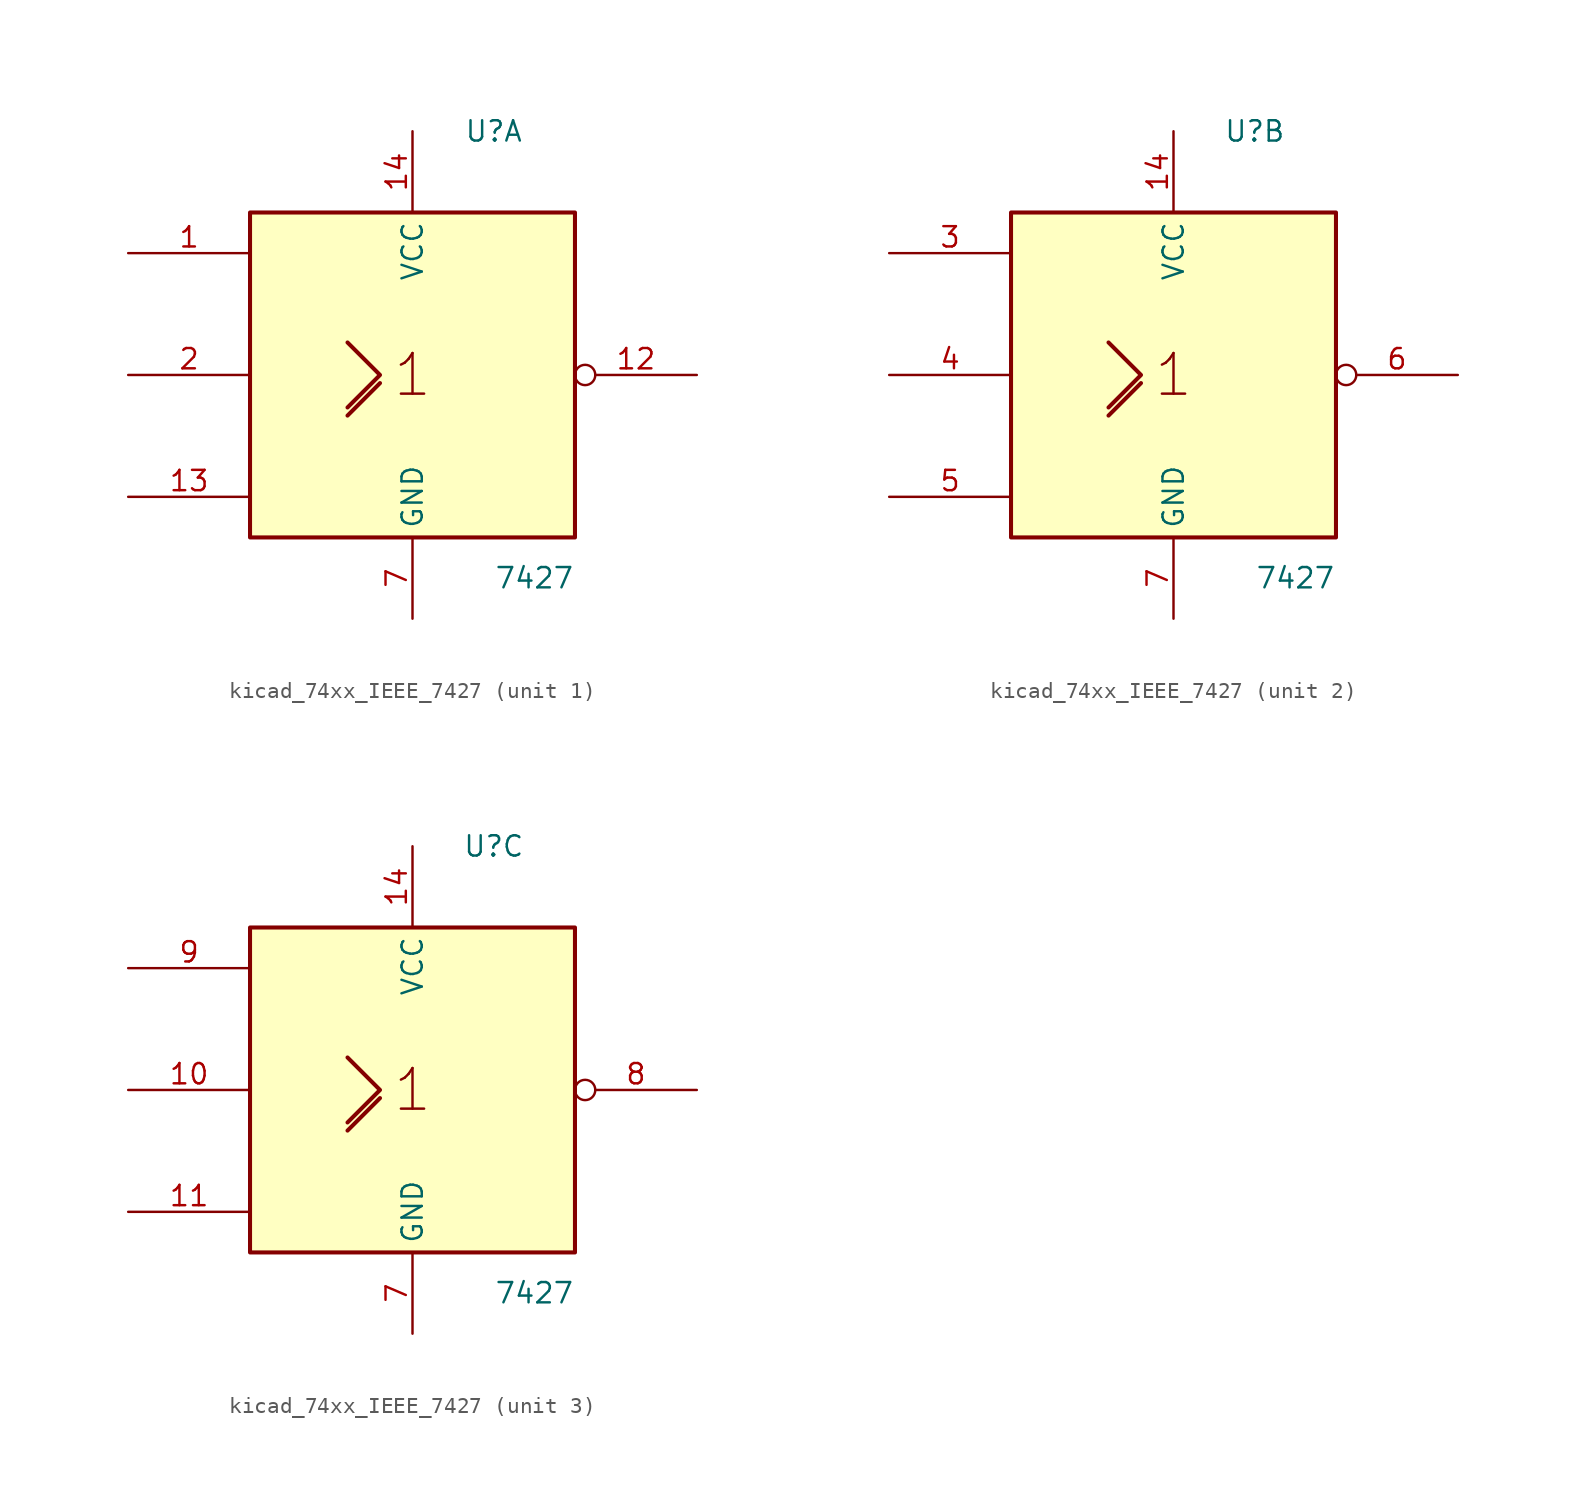
<source format=kicad_sym>
(kicad_symbol_lib
  (version 20220914)
  (generator kicad_symbol_editor)
  (symbol "kicad_74xx_IEEE_7427"
    (property "Reference" "U"
      (at 5.08 15.24 0)
      (effects (font (size 1.27 1.27))))
    (property "Value" "7427"
      (at 7.62 -12.7 0)
      (effects (font (size 1.27 1.27))))
    (symbol "kicad_74xx_IEEE_7427_0_0"
      (polyline (pts (xy -4.064 -2.54) (xy -2.032 -0.508) (xy -2.032 -0.508)) (stroke (width 0.254) (type default)) (fill (type background)))
      (polyline (pts (xy -4.064 2.032) (xy -2.032 0) (xy -4.064 -2.032) (xy -4.064 -2.032)) (stroke (width 0.254) (type default)) (fill (type background)))
      (text "1" (at 0 0 0) (effects (font (size 2.54 2.54)))))
    (symbol "kicad_74xx_IEEE_7427_0_1"
      (rectangle (start -10.16 10.16) (end 10.16 -10.16) (stroke (width 0.254) (type default)) (fill (type background)))
      (pin power_in line (at 0 15.24 270) (length 5.08) (name "VCC" (effects (font (size 1.27 1.27)))) (number "14" (effects (font (size 1.27 1.27)))))
      (pin power_in line (at 0 -15.24 90) (length 5.08) (name "GND" (effects (font (size 1.27 1.27)))) (number "7" (effects (font (size 1.27 1.27))))))
    (symbol "kicad_74xx_IEEE_7427_1_1"
      (pin input line (at -17.78 7.62 0) (length 7.62) (name "~" (effects (font (size 1.27 1.27)))) (number "1" (effects (font (size 1.27 1.27)))))
      (pin output inverted (at 17.78 0 180) (length 7.62) (name "~" (effects (font (size 1.27 1.27)))) (number "12" (effects (font (size 1.27 1.27)))))
      (pin input line (at -17.78 -7.62 0) (length 7.62) (name "~" (effects (font (size 1.27 1.27)))) (number "13" (effects (font (size 1.27 1.27)))))
      (pin input line (at -17.78 0 0) (length 7.62) (name "~" (effects (font (size 1.27 1.27)))) (number "2" (effects (font (size 1.27 1.27))))))
    (symbol "kicad_74xx_IEEE_7427_2_1"
      (pin input line (at -17.78 7.62 0) (length 7.62) (name "~" (effects (font (size 1.27 1.27)))) (number "3" (effects (font (size 1.27 1.27)))))
      (pin input line (at -17.78 0 0) (length 7.62) (name "~" (effects (font (size 1.27 1.27)))) (number "4" (effects (font (size 1.27 1.27)))))
      (pin input line (at -17.78 -7.62 0) (length 7.62) (name "~" (effects (font (size 1.27 1.27)))) (number "5" (effects (font (size 1.27 1.27)))))
      (pin output inverted (at 17.78 0 180) (length 7.62) (name "~" (effects (font (size 1.27 1.27)))) (number "6" (effects (font (size 1.27 1.27))))))
    (symbol "kicad_74xx_IEEE_7427_3_1"
      (pin input line (at -17.78 0 0) (length 7.62) (name "~" (effects (font (size 1.27 1.27)))) (number "10" (effects (font (size 1.27 1.27)))))
      (pin input line (at -17.78 -7.62 0) (length 7.62) (name "~" (effects (font (size 1.27 1.27)))) (number "11" (effects (font (size 1.27 1.27)))))
      (pin output inverted (at 17.78 0 180) (length 7.62) (name "~" (effects (font (size 1.27 1.27)))) (number "8" (effects (font (size 1.27 1.27)))))
      (pin input line (at -17.78 7.62 0) (length 7.62) (name "~" (effects (font (size 1.27 1.27)))) (number "9" (effects (font (size 1.27 1.27))))))))
</source>
